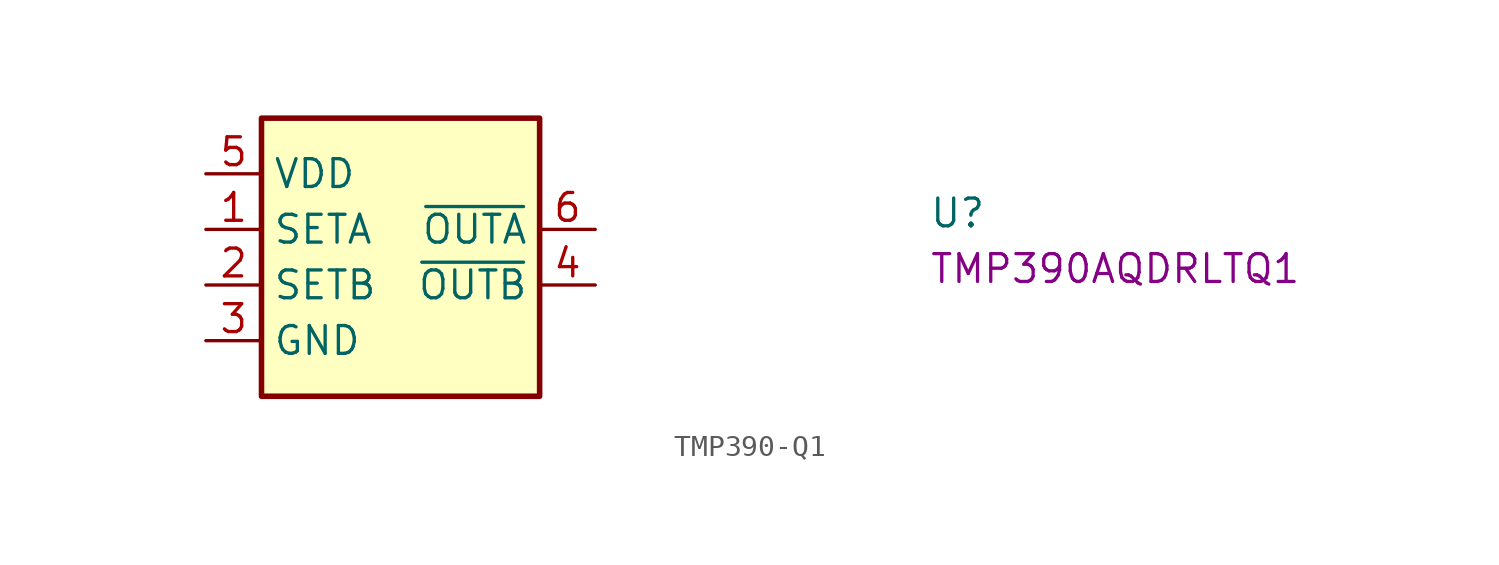
<source format=kicad_sym>
(kicad_symbol_lib
  (version 20220914)
  (generator kicad_symbol_editor)
  (symbol "TMP390-Q1"
    (property "Reference" "U"
      (at 33.02 -2.54 0)
      (effects (font (size 1.27 1.27) (thickness 0.15)) (justify left bottom)))
    (property "MPN" "TMP390AQDRLTQ1"
      (at 33.02 -5.08 0)
      (effects (font (size 1.27 1.27) (thickness 0.15)) (justify left bottom)))
    (symbol "TMP390-Q1_1_1"
      (rectangle (start 2.54 2.54) (end 15.24 -10.16) (stroke (width 0.254) (type default)) (fill (type background)))
      (pin passive line (at 0 -2.54 0) (length 2.54) (name "SETA" (effects (font (size 1.27 1.27)))) (number "1" (effects (font (size 1.27 1.27)))))
      (pin passive line (at 0 -5.08 0) (length 2.54) (name "SETB" (effects (font (size 1.27 1.27)))) (number "2" (effects (font (size 1.27 1.27)))))
      (pin power_in line (at 0 -7.62 0) (length 2.54) (name "GND" (effects (font (size 1.27 1.27)))) (number "3" (effects (font (size 1.27 1.27)))))
      (pin open_collector line (at 17.78 -5.08 180) (length 2.54) (name "~{OUTB}" (effects (font (size 1.27 1.27)))) (number "4" (effects (font (size 1.27 1.27)))))
      (pin power_in line (at 0 0 0) (length 2.54) (name "VDD" (effects (font (size 1.27 1.27)))) (number "5" (effects (font (size 1.27 1.27)))))
      (pin open_collector line (at 17.78 -2.54 180) (length 2.54) (name "~{OUTA}" (effects (font (size 1.27 1.27)))) (number "6" (effects (font (size 1.27 1.27))))))))
</source>
